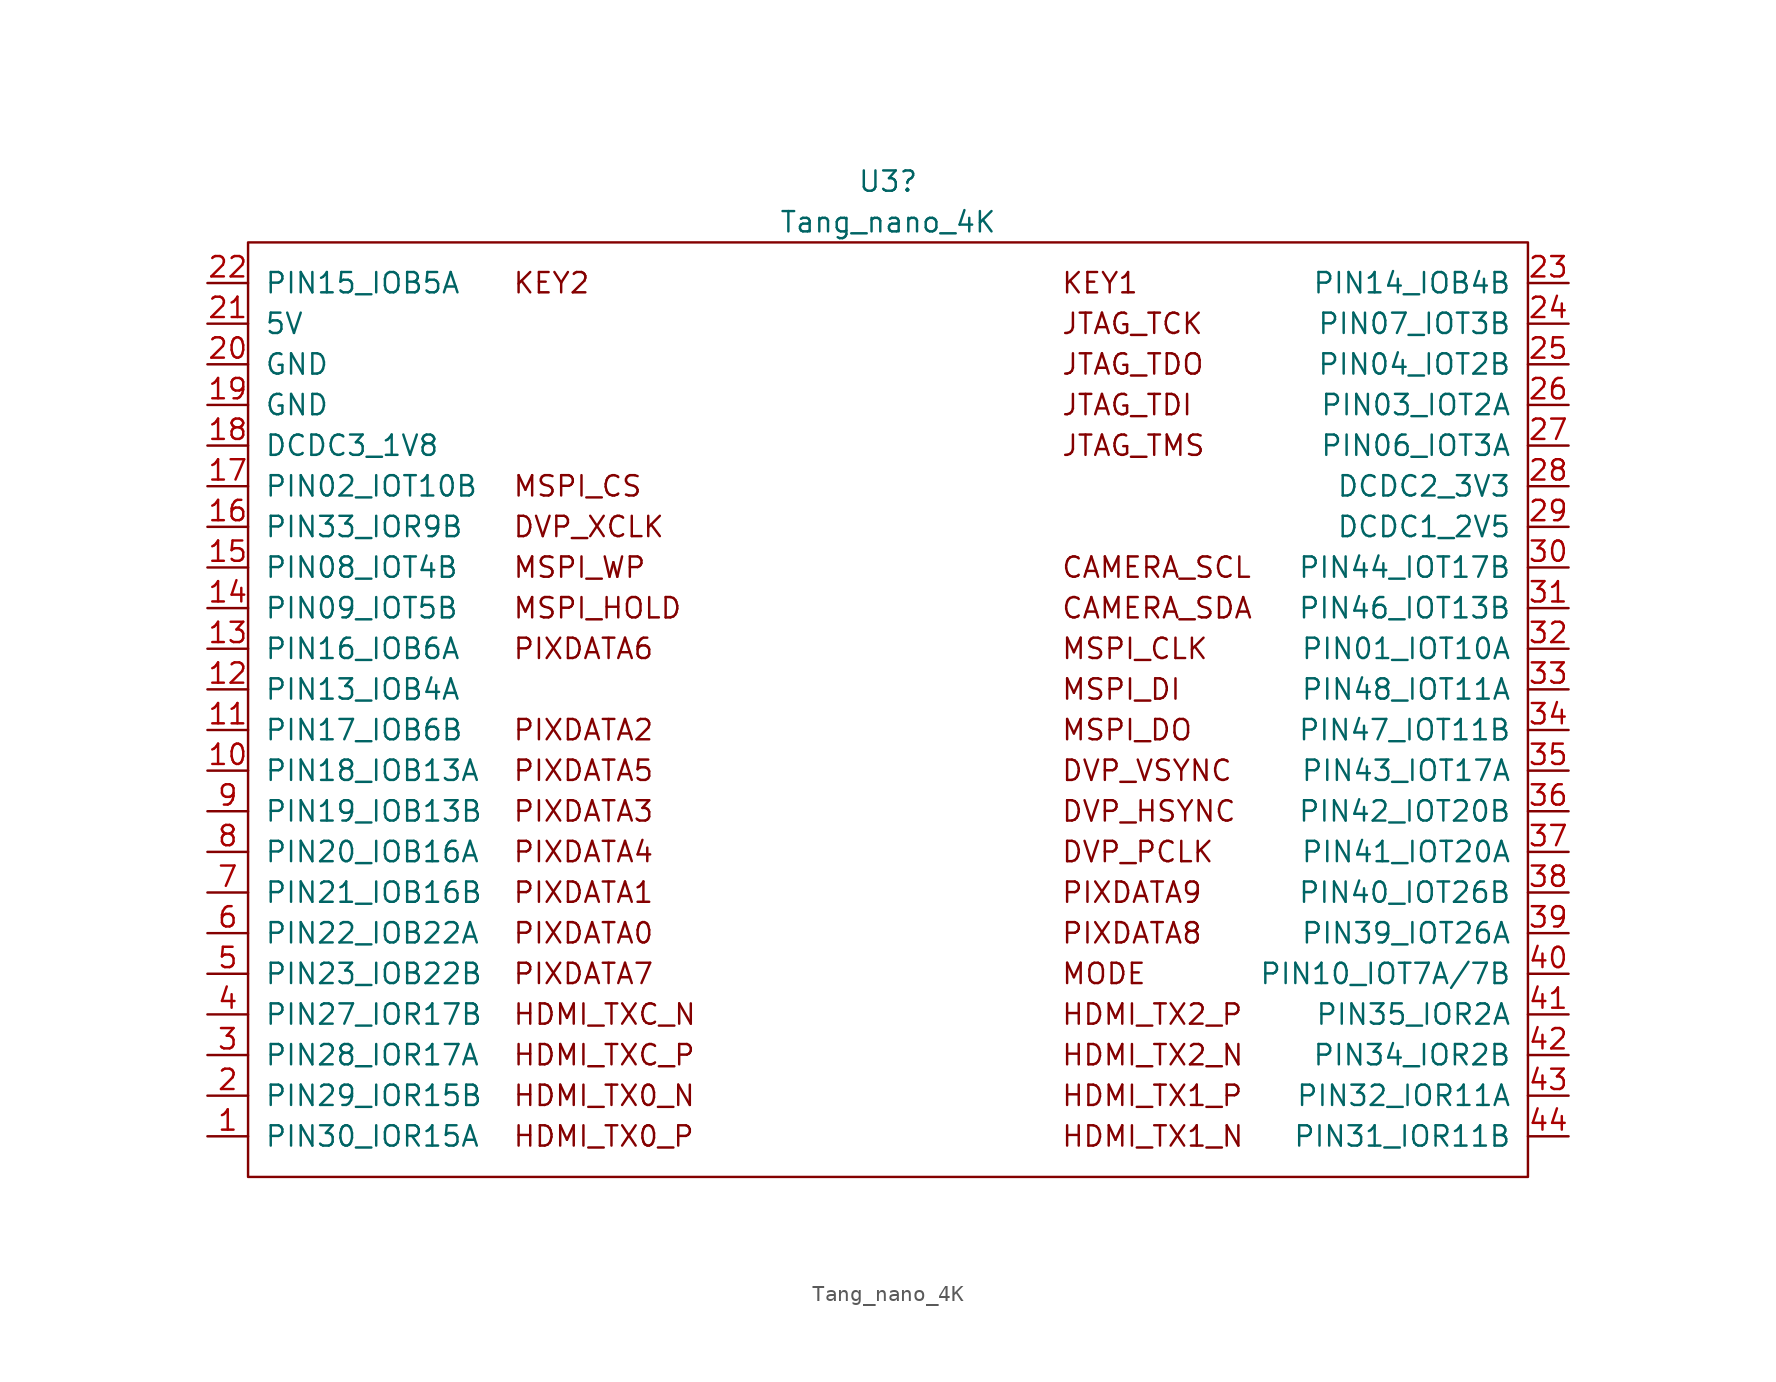
<source format=kicad_sym>
(kicad_symbol_lib
  (version 20211014)
  (generator kicad_symbol_editor)
  (symbol "Tang_nano_4K"
    (pin_names
      (offset 1.016))
    (property "Reference" "U3"
      (at 32.385 19.05 0)
      (effects (font (size 1.27 1.27))))
    (property "Value" "Tang_nano_4K"
      (at 32.385 16.51 0)
      (effects (font (size 1.27 1.27))))
    (symbol "Tang_nano_4K_0_0"
      (text "CAMERA_SCL" (at 43.18 -5.08 0) (effects (font (size 1.27 1.27)) (justify left)))
      (text "CAMERA_SDA" (at 43.18 -7.62 0) (effects (font (size 1.27 1.27)) (justify left)))
      (text "DVP_HSYNC" (at 43.18 -20.32 0) (effects (font (size 1.27 1.27)) (justify left)))
      (text "DVP_PCLK" (at 43.18 -22.86 0) (effects (font (size 1.27 1.27)) (justify left)))
      (text "DVP_VSYNC" (at 43.18 -17.78 0) (effects (font (size 1.27 1.27)) (justify left)))
      (text "DVP_XCLK" (at 8.89 -2.54 0) (effects (font (size 1.27 1.27)) (justify left)))
      (text "HDMI_TX0_N" (at 8.89 -38.1 0) (effects (font (size 1.27 1.27)) (justify left)))
      (text "HDMI_TX0_P" (at 8.89 -40.64 0) (effects (font (size 1.27 1.27)) (justify left)))
      (text "HDMI_TX1_N" (at 43.18 -40.64 0) (effects (font (size 1.27 1.27)) (justify left)))
      (text "HDMI_TX1_P" (at 43.18 -38.1 0) (effects (font (size 1.27 1.27)) (justify left)))
      (text "HDMI_TX2_N" (at 43.18 -35.56 0) (effects (font (size 1.27 1.27)) (justify left)))
      (text "HDMI_TX2_P" (at 43.18 -33.02 0) (effects (font (size 1.27 1.27)) (justify left)))
      (text "HDMI_TXC_N" (at 8.89 -33.02 0) (effects (font (size 1.27 1.27)) (justify left)))
      (text "HDMI_TXC_P" (at 8.89 -35.56 0) (effects (font (size 1.27 1.27)) (justify left)))
      (text "JTAG_TCK" (at 43.18 10.16 0) (effects (font (size 1.27 1.27)) (justify left)))
      (text "JTAG_TDI" (at 43.18 5.08 0) (effects (font (size 1.27 1.27)) (justify left)))
      (text "JTAG_TDO" (at 43.18 7.62 0) (effects (font (size 1.27 1.27)) (justify left)))
      (text "JTAG_TMS" (at 43.18 2.54 0) (effects (font (size 1.27 1.27)) (justify left)))
      (text "KEY1" (at 43.18 12.7 0) (effects (font (size 1.27 1.27)) (justify left)))
      (text "KEY2" (at 8.89 12.7 0) (effects (font (size 1.27 1.27)) (justify left)))
      (text "MODE" (at 43.18 -30.48 0) (effects (font (size 1.27 1.27)) (justify left)))
      (text "MSPI_CLK" (at 43.18 -10.16 0) (effects (font (size 1.27 1.27)) (justify left)))
      (text "MSPI_CS" (at 8.89 0 0) (effects (font (size 1.27 1.27)) (justify left)))
      (text "MSPI_DI" (at 43.18 -12.7 0) (effects (font (size 1.27 1.27)) (justify left)))
      (text "MSPI_DO" (at 43.18 -15.24 0) (effects (font (size 1.27 1.27)) (justify left)))
      (text "MSPI_HOLD" (at 8.89 -7.62 0) (effects (font (size 1.27 1.27)) (justify left)))
      (text "MSPI_WP" (at 8.89 -5.08 0) (effects (font (size 1.27 1.27)) (justify left)))
      (text "PIXDATA0" (at 8.89 -27.94 0) (effects (font (size 1.27 1.27)) (justify left)))
      (text "PIXDATA1" (at 8.89 -25.4 0) (effects (font (size 1.27 1.27)) (justify left)))
      (text "PIXDATA2" (at 8.89 -15.24 0) (effects (font (size 1.27 1.27)) (justify left)))
      (text "PIXDATA3" (at 8.89 -20.32 0) (effects (font (size 1.27 1.27)) (justify left)))
      (text "PIXDATA4" (at 8.89 -22.86 0) (effects (font (size 1.27 1.27)) (justify left)))
      (text "PIXDATA5" (at 8.89 -17.78 0) (effects (font (size 1.27 1.27)) (justify left)))
      (text "PIXDATA6" (at 8.89 -10.16 0) (effects (font (size 1.27 1.27)) (justify left)))
      (text "PIXDATA7" (at 8.89 -30.48 0) (effects (font (size 1.27 1.27)) (justify left)))
      (text "PIXDATA8" (at 43.18 -27.94 0) (effects (font (size 1.27 1.27)) (justify left)))
      (text "PIXDATA9" (at 43.18 -25.4 0) (effects (font (size 1.27 1.27)) (justify left))))
    (symbol "Tang_nano_4K_0_1"
      (rectangle (start -7.62 15.24) (end 72.39 -43.18) (stroke (width 0) (type default) (color 0 0 0 0)) (fill (type none))))
    (symbol "Tang_nano_4K_1_1"
      (pin passive line (at -10.16 -40.64 0) (length 2.54) (name "PIN30_IOR15A" (effects (font (size 1.27 1.27)))) (number "1" (effects (font (size 1.27 1.27)))))
      (pin passive line (at -10.16 -17.78 0) (length 2.54) (name "PIN18_IOB13A" (effects (font (size 1.27 1.27)))) (number "10" (effects (font (size 1.27 1.27)))))
      (pin passive line (at -10.16 -15.24 0) (length 2.54) (name "PIN17_IOB6B" (effects (font (size 1.27 1.27)))) (number "11" (effects (font (size 1.27 1.27)))))
      (pin passive line (at -10.16 -12.7 0) (length 2.54) (name "PIN13_IOB4A" (effects (font (size 1.27 1.27)))) (number "12" (effects (font (size 1.27 1.27)))))
      (pin passive line (at -10.16 -10.16 0) (length 2.54) (name "PIN16_IOB6A" (effects (font (size 1.27 1.27)))) (number "13" (effects (font (size 1.27 1.27)))))
      (pin passive line (at -10.16 -7.62 0) (length 2.54) (name "PIN09_IOT5B" (effects (font (size 1.27 1.27)))) (number "14" (effects (font (size 1.27 1.27)))))
      (pin passive line (at -10.16 -5.08 0) (length 2.54) (name "PIN08_IOT4B" (effects (font (size 1.27 1.27)))) (number "15" (effects (font (size 1.27 1.27)))))
      (pin passive line (at -10.16 -2.54 0) (length 2.54) (name "PIN33_IOR9B" (effects (font (size 1.27 1.27)))) (number "16" (effects (font (size 1.27 1.27)))))
      (pin passive line (at -10.16 0 0) (length 2.54) (name "PIN02_IOT10B" (effects (font (size 1.27 1.27)))) (number "17" (effects (font (size 1.27 1.27)))))
      (pin power_out line (at -10.16 2.54 0) (length 2.54) (name "DCDC3_1V8" (effects (font (size 1.27 1.27)))) (number "18" (effects (font (size 1.27 1.27)))))
      (pin power_in line (at -10.16 5.08 0) (length 2.54) (name "GND" (effects (font (size 1.27 1.27)))) (number "19" (effects (font (size 1.27 1.27)))))
      (pin passive line (at -10.16 -38.1 0) (length 2.54) (name "PIN29_IOR15B" (effects (font (size 1.27 1.27)))) (number "2" (effects (font (size 1.27 1.27)))))
      (pin power_in line (at -10.16 7.62 0) (length 2.54) (name "GND" (effects (font (size 1.27 1.27)))) (number "20" (effects (font (size 1.27 1.27)))))
      (pin power_out line (at -10.16 10.16 0) (length 2.54) (name "5V" (effects (font (size 1.27 1.27)))) (number "21" (effects (font (size 1.27 1.27)))))
      (pin passive line (at -10.16 12.7 0) (length 2.54) (name "PIN15_IOB5A" (effects (font (size 1.27 1.27)))) (number "22" (effects (font (size 1.27 1.27)))))
      (pin passive line (at 74.93 12.7 180) (length 2.54) (name "PIN14_IOB4B" (effects (font (size 1.27 1.27)))) (number "23" (effects (font (size 1.27 1.27)))))
      (pin passive line (at 74.93 10.16 180) (length 2.54) (name "PIN07_IOT3B" (effects (font (size 1.27 1.27)))) (number "24" (effects (font (size 1.27 1.27)))))
      (pin passive line (at 74.93 7.62 180) (length 2.54) (name "PIN04_IOT2B" (effects (font (size 1.27 1.27)))) (number "25" (effects (font (size 1.27 1.27)))))
      (pin passive line (at 74.93 5.08 180) (length 2.54) (name "PIN03_IOT2A" (effects (font (size 1.27 1.27)))) (number "26" (effects (font (size 1.27 1.27)))))
      (pin passive line (at 74.93 2.54 180) (length 2.54) (name "PIN06_IOT3A" (effects (font (size 1.27 1.27)))) (number "27" (effects (font (size 1.27 1.27)))))
      (pin power_out line (at 74.93 0 180) (length 2.54) (name "DCDC2_3V3" (effects (font (size 1.27 1.27)))) (number "28" (effects (font (size 1.27 1.27)))))
      (pin power_out line (at 74.93 -2.54 180) (length 2.54) (name "DCDC1_2V5" (effects (font (size 1.27 1.27)))) (number "29" (effects (font (size 1.27 1.27)))))
      (pin passive line (at -10.16 -35.56 0) (length 2.54) (name "PIN28_IOR17A" (effects (font (size 1.27 1.27)))) (number "3" (effects (font (size 1.27 1.27)))))
      (pin passive line (at 74.93 -5.08 180) (length 2.54) (name "PIN44_IOT17B" (effects (font (size 1.27 1.27)))) (number "30" (effects (font (size 1.27 1.27)))))
      (pin passive line (at 74.93 -7.62 180) (length 2.54) (name "PIN46_IOT13B" (effects (font (size 1.27 1.27)))) (number "31" (effects (font (size 1.27 1.27)))))
      (pin passive line (at 74.93 -10.16 180) (length 2.54) (name "PIN01_IOT10A" (effects (font (size 1.27 1.27)))) (number "32" (effects (font (size 1.27 1.27)))))
      (pin passive line (at 74.93 -12.7 180) (length 2.54) (name "PIN48_IOT11A" (effects (font (size 1.27 1.27)))) (number "33" (effects (font (size 1.27 1.27)))))
      (pin passive line (at 74.93 -15.24 180) (length 2.54) (name "PIN47_IOT11B" (effects (font (size 1.27 1.27)))) (number "34" (effects (font (size 1.27 1.27)))))
      (pin passive line (at 74.93 -17.78 180) (length 2.54) (name "PIN43_IOT17A" (effects (font (size 1.27 1.27)))) (number "35" (effects (font (size 1.27 1.27)))))
      (pin passive line (at 74.93 -20.32 180) (length 2.54) (name "PIN42_IOT20B" (effects (font (size 1.27 1.27)))) (number "36" (effects (font (size 1.27 1.27)))))
      (pin passive line (at 74.93 -22.86 180) (length 2.54) (name "PIN41_IOT20A" (effects (font (size 1.27 1.27)))) (number "37" (effects (font (size 1.27 1.27)))))
      (pin passive line (at 74.93 -25.4 180) (length 2.54) (name "PIN40_IOT26B" (effects (font (size 1.27 1.27)))) (number "38" (effects (font (size 1.27 1.27)))))
      (pin passive line (at 74.93 -27.94 180) (length 2.54) (name "PIN39_IOT26A" (effects (font (size 1.27 1.27)))) (number "39" (effects (font (size 1.27 1.27)))))
      (pin passive line (at -10.16 -33.02 0) (length 2.54) (name "PIN27_IOR17B" (effects (font (size 1.27 1.27)))) (number "4" (effects (font (size 1.27 1.27)))))
      (pin passive line (at 74.93 -30.48 180) (length 2.54) (name "PIN10_IOT7A/7B" (effects (font (size 1.27 1.27)))) (number "40" (effects (font (size 1.27 1.27)))))
      (pin passive line (at 74.93 -33.02 180) (length 2.54) (name "PIN35_IOR2A" (effects (font (size 1.27 1.27)))) (number "41" (effects (font (size 1.27 1.27)))))
      (pin passive line (at 74.93 -35.56 180) (length 2.54) (name "PIN34_IOR2B" (effects (font (size 1.27 1.27)))) (number "42" (effects (font (size 1.27 1.27)))))
      (pin passive line (at 74.93 -38.1 180) (length 2.54) (name "PIN32_IOR11A" (effects (font (size 1.27 1.27)))) (number "43" (effects (font (size 1.27 1.27)))))
      (pin passive line (at 74.93 -40.64 180) (length 2.54) (name "PIN31_IOR11B" (effects (font (size 1.27 1.27)))) (number "44" (effects (font (size 1.27 1.27)))))
      (pin passive line (at -10.16 -30.48 0) (length 2.54) (name "PIN23_IOB22B" (effects (font (size 1.27 1.27)))) (number "5" (effects (font (size 1.27 1.27)))))
      (pin passive line (at -10.16 -27.94 0) (length 2.54) (name "PIN22_IOB22A" (effects (font (size 1.27 1.27)))) (number "6" (effects (font (size 1.27 1.27)))))
      (pin passive line (at -10.16 -25.4 0) (length 2.54) (name "PIN21_IOB16B" (effects (font (size 1.27 1.27)))) (number "7" (effects (font (size 1.27 1.27)))))
      (pin passive line (at -10.16 -22.86 0) (length 2.54) (name "PIN20_IOB16A" (effects (font (size 1.27 1.27)))) (number "8" (effects (font (size 1.27 1.27)))))
      (pin passive line (at -10.16 -20.32 0) (length 2.54) (name "PIN19_IOB13B" (effects (font (size 1.27 1.27)))) (number "9" (effects (font (size 1.27 1.27))))))))
</source>
